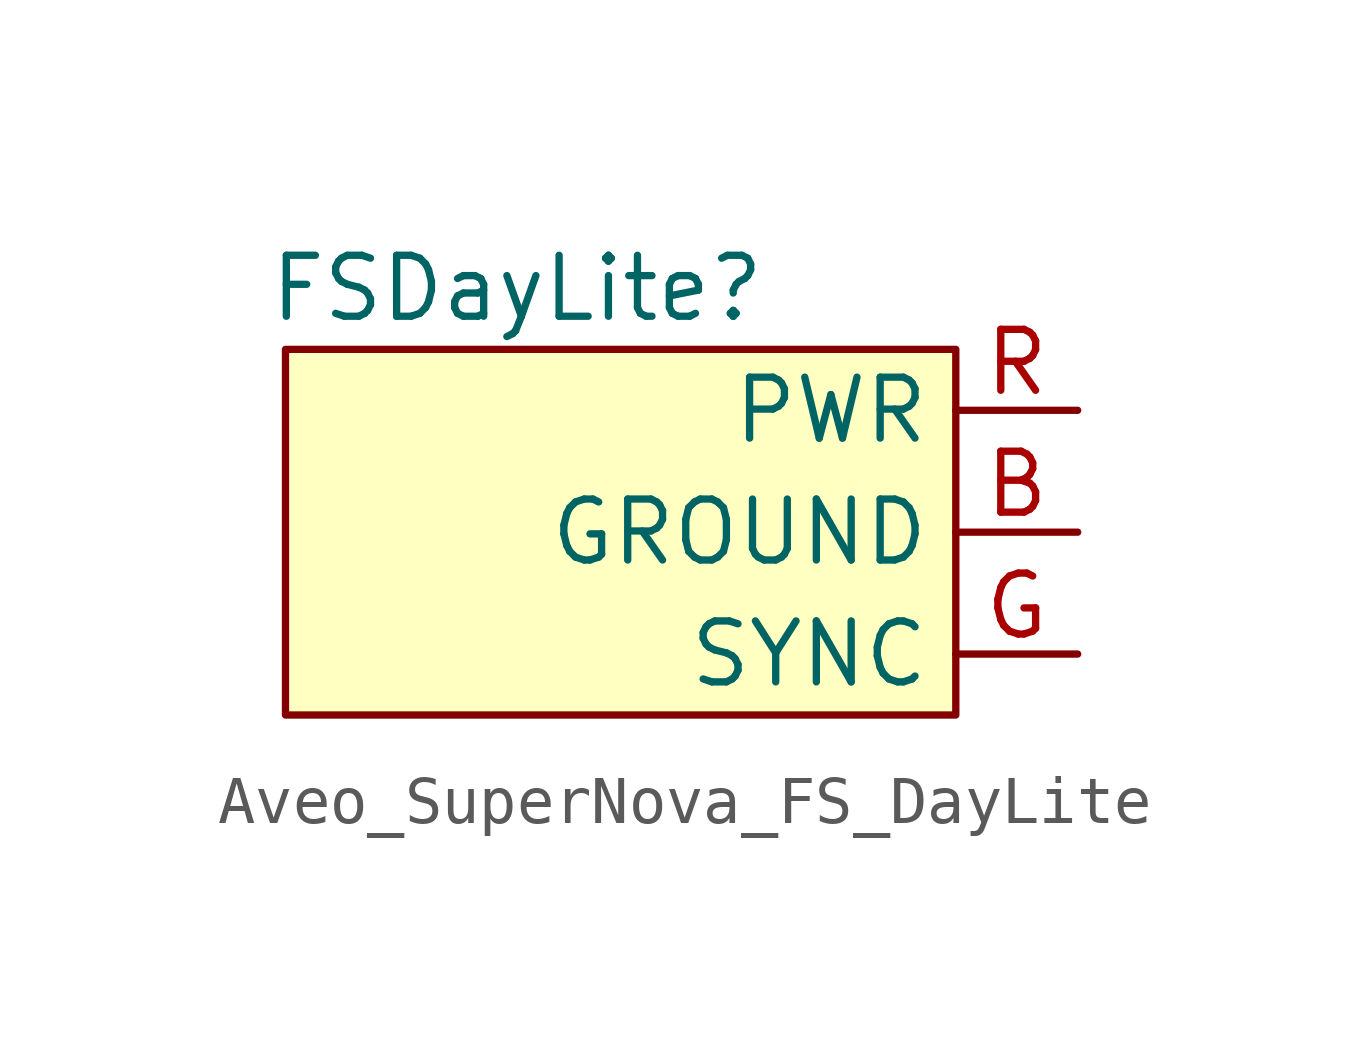
<source format=kicad_sym>
(kicad_symbol_lib
  (version 20241209)
  (generator "kicad_symbol_editor")
  (generator_version "9.0")
  (symbol "Aveo_SuperNova_FS_DayLite"
    (property "Reference" "FSDayLite"
      (at 4.826 1.27 0)
      (effects (font (size 1.27 1.27))))
    (property "Value" ""
      (at 0 1.27 0)
      (effects (font (size 1.27 1.27))))
    (symbol "Aveo_SuperNova_FS_DayLite_1_1"
      (rectangle (start 0 0) (end 13.97 -7.62) (stroke (width 0) (type default)) (fill (type background)))
      (pin power_in line (at 16.51 -1.27 180) (length 2.54) (name "PWR" (effects (font (size 1.27 1.27)))) (number "R" (effects (font (size 1.27 1.27)))))
      (pin passive line (at 16.51 -3.81 180) (length 2.54) (name "GROUND" (effects (font (size 1.27 1.27)))) (number "B" (effects (font (size 1.27 1.27)))))
      (pin bidirectional line (at 16.51 -6.35 180) (length 2.54) (name "SYNC" (effects (font (size 1.27 1.27)))) (number "G" (effects (font (size 1.27 1.27))))))))
</source>
